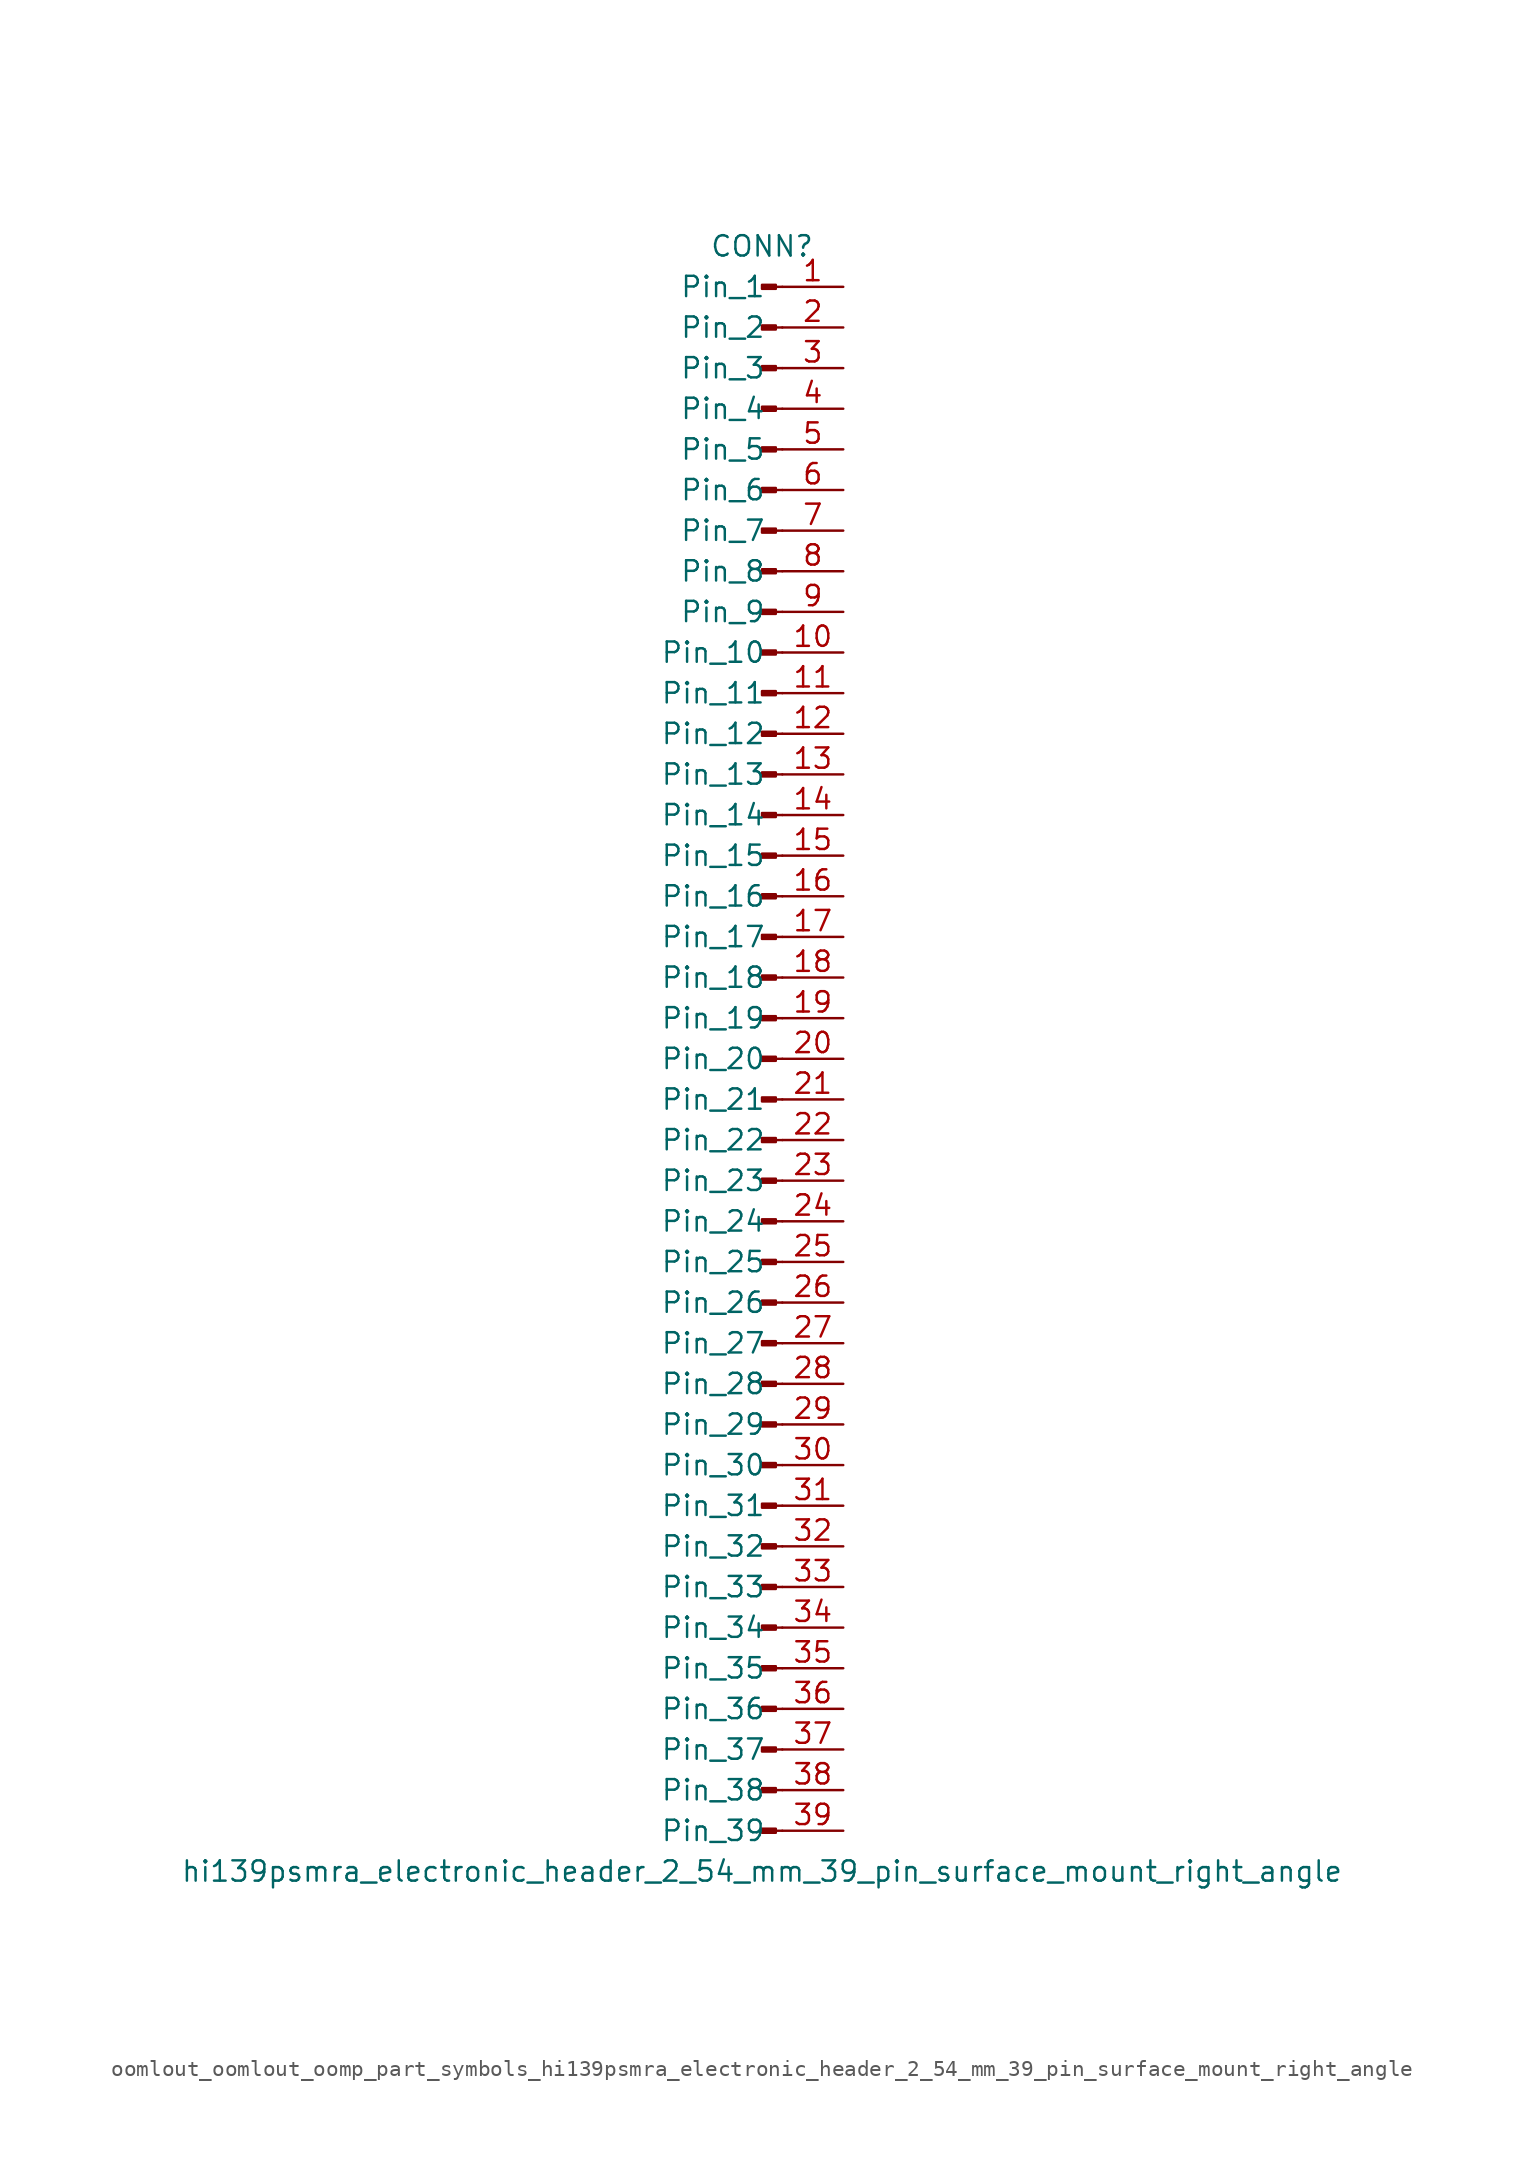
<source format=kicad_sym>
(kicad_symbol_lib
  (version 20220914)
  (generator kicad_symbol_editor)
  (symbol "oomlout_oomlout_oomp_part_symbols_hi139psmra_electronic_header_2_54_mm_39_pin_surface_mount_right_angle"
    (pin_names
      (offset 1.016))
    (property "Reference" "CONN"
      (at 0 50.8 0)
      (effects (font (size 1.27 1.27))))
    (property "Value" "hi139psmra_electronic_header_2_54_mm_39_pin_surface_mount_right_angle"
      (at 0 -50.8 0)
      (effects (font (size 1.27 1.27))))
    (property "ki_locked" ""
      (at 0 0 0)
      (effects (font (size 1.27 1.27))))
    (symbol "oomlout_oomlout_oomp_part_symbols_hi139psmra_electronic_header_2_54_mm_39_pin_surface_mount_right_angle_1_1"
      (polyline (pts (xy 1.27 -48.26) (xy 0.864 -48.26)) (stroke (width 0.152) (type default)) (fill (type none)))
      (polyline (pts (xy 1.27 -45.72) (xy 0.864 -45.72)) (stroke (width 0.152) (type default)) (fill (type none)))
      (polyline (pts (xy 1.27 -43.18) (xy 0.864 -43.18)) (stroke (width 0.152) (type default)) (fill (type none)))
      (polyline (pts (xy 1.27 -40.64) (xy 0.864 -40.64)) (stroke (width 0.152) (type default)) (fill (type none)))
      (polyline (pts (xy 1.27 -38.1) (xy 0.864 -38.1)) (stroke (width 0.152) (type default)) (fill (type none)))
      (polyline (pts (xy 1.27 -35.56) (xy 0.864 -35.56)) (stroke (width 0.152) (type default)) (fill (type none)))
      (polyline (pts (xy 1.27 -33.02) (xy 0.864 -33.02)) (stroke (width 0.152) (type default)) (fill (type none)))
      (polyline (pts (xy 1.27 -30.48) (xy 0.864 -30.48)) (stroke (width 0.152) (type default)) (fill (type none)))
      (polyline (pts (xy 1.27 -27.94) (xy 0.864 -27.94)) (stroke (width 0.152) (type default)) (fill (type none)))
      (polyline (pts (xy 1.27 -25.4) (xy 0.864 -25.4)) (stroke (width 0.152) (type default)) (fill (type none)))
      (polyline (pts (xy 1.27 -22.86) (xy 0.864 -22.86)) (stroke (width 0.152) (type default)) (fill (type none)))
      (polyline (pts (xy 1.27 -20.32) (xy 0.864 -20.32)) (stroke (width 0.152) (type default)) (fill (type none)))
      (polyline (pts (xy 1.27 -17.78) (xy 0.864 -17.78)) (stroke (width 0.152) (type default)) (fill (type none)))
      (polyline (pts (xy 1.27 -15.24) (xy 0.864 -15.24)) (stroke (width 0.152) (type default)) (fill (type none)))
      (polyline (pts (xy 1.27 -12.7) (xy 0.864 -12.7)) (stroke (width 0.152) (type default)) (fill (type none)))
      (polyline (pts (xy 1.27 -10.16) (xy 0.864 -10.16)) (stroke (width 0.152) (type default)) (fill (type none)))
      (polyline (pts (xy 1.27 -7.62) (xy 0.864 -7.62)) (stroke (width 0.152) (type default)) (fill (type none)))
      (polyline (pts (xy 1.27 -5.08) (xy 0.864 -5.08)) (stroke (width 0.152) (type default)) (fill (type none)))
      (polyline (pts (xy 1.27 -2.54) (xy 0.864 -2.54)) (stroke (width 0.152) (type default)) (fill (type none)))
      (polyline (pts (xy 1.27 0) (xy 0.864 0)) (stroke (width 0.152) (type default)) (fill (type none)))
      (polyline (pts (xy 1.27 2.54) (xy 0.864 2.54)) (stroke (width 0.152) (type default)) (fill (type none)))
      (polyline (pts (xy 1.27 5.08) (xy 0.864 5.08)) (stroke (width 0.152) (type default)) (fill (type none)))
      (polyline (pts (xy 1.27 7.62) (xy 0.864 7.62)) (stroke (width 0.152) (type default)) (fill (type none)))
      (polyline (pts (xy 1.27 10.16) (xy 0.864 10.16)) (stroke (width 0.152) (type default)) (fill (type none)))
      (polyline (pts (xy 1.27 12.7) (xy 0.864 12.7)) (stroke (width 0.152) (type default)) (fill (type none)))
      (polyline (pts (xy 1.27 15.24) (xy 0.864 15.24)) (stroke (width 0.152) (type default)) (fill (type none)))
      (polyline (pts (xy 1.27 17.78) (xy 0.864 17.78)) (stroke (width 0.152) (type default)) (fill (type none)))
      (polyline (pts (xy 1.27 20.32) (xy 0.864 20.32)) (stroke (width 0.152) (type default)) (fill (type none)))
      (polyline (pts (xy 1.27 22.86) (xy 0.864 22.86)) (stroke (width 0.152) (type default)) (fill (type none)))
      (polyline (pts (xy 1.27 25.4) (xy 0.864 25.4)) (stroke (width 0.152) (type default)) (fill (type none)))
      (polyline (pts (xy 1.27 27.94) (xy 0.864 27.94)) (stroke (width 0.152) (type default)) (fill (type none)))
      (polyline (pts (xy 1.27 30.48) (xy 0.864 30.48)) (stroke (width 0.152) (type default)) (fill (type none)))
      (polyline (pts (xy 1.27 33.02) (xy 0.864 33.02)) (stroke (width 0.152) (type default)) (fill (type none)))
      (polyline (pts (xy 1.27 35.56) (xy 0.864 35.56)) (stroke (width 0.152) (type default)) (fill (type none)))
      (polyline (pts (xy 1.27 38.1) (xy 0.864 38.1)) (stroke (width 0.152) (type default)) (fill (type none)))
      (polyline (pts (xy 1.27 40.64) (xy 0.864 40.64)) (stroke (width 0.152) (type default)) (fill (type none)))
      (polyline (pts (xy 1.27 43.18) (xy 0.864 43.18)) (stroke (width 0.152) (type default)) (fill (type none)))
      (polyline (pts (xy 1.27 45.72) (xy 0.864 45.72)) (stroke (width 0.152) (type default)) (fill (type none)))
      (polyline (pts (xy 1.27 48.26) (xy 0.864 48.26)) (stroke (width 0.152) (type default)) (fill (type none)))
      (rectangle (start 0.864 -48.133) (end 0 -48.387) (stroke (width 0.152) (type default)) (fill (type outline)))
      (rectangle (start 0.864 -45.593) (end 0 -45.847) (stroke (width 0.152) (type default)) (fill (type outline)))
      (rectangle (start 0.864 -43.053) (end 0 -43.307) (stroke (width 0.152) (type default)) (fill (type outline)))
      (rectangle (start 0.864 -40.513) (end 0 -40.767) (stroke (width 0.152) (type default)) (fill (type outline)))
      (rectangle (start 0.864 -37.973) (end 0 -38.227) (stroke (width 0.152) (type default)) (fill (type outline)))
      (rectangle (start 0.864 -35.433) (end 0 -35.687) (stroke (width 0.152) (type default)) (fill (type outline)))
      (rectangle (start 0.864 -32.893) (end 0 -33.147) (stroke (width 0.152) (type default)) (fill (type outline)))
      (rectangle (start 0.864 -30.353) (end 0 -30.607) (stroke (width 0.152) (type default)) (fill (type outline)))
      (rectangle (start 0.864 -27.813) (end 0 -28.067) (stroke (width 0.152) (type default)) (fill (type outline)))
      (rectangle (start 0.864 -25.273) (end 0 -25.527) (stroke (width 0.152) (type default)) (fill (type outline)))
      (rectangle (start 0.864 -22.733) (end 0 -22.987) (stroke (width 0.152) (type default)) (fill (type outline)))
      (rectangle (start 0.864 -20.193) (end 0 -20.447) (stroke (width 0.152) (type default)) (fill (type outline)))
      (rectangle (start 0.864 -17.653) (end 0 -17.907) (stroke (width 0.152) (type default)) (fill (type outline)))
      (rectangle (start 0.864 -15.113) (end 0 -15.367) (stroke (width 0.152) (type default)) (fill (type outline)))
      (rectangle (start 0.864 -12.573) (end 0 -12.827) (stroke (width 0.152) (type default)) (fill (type outline)))
      (rectangle (start 0.864 -10.033) (end 0 -10.287) (stroke (width 0.152) (type default)) (fill (type outline)))
      (rectangle (start 0.864 -7.493) (end 0 -7.747) (stroke (width 0.152) (type default)) (fill (type outline)))
      (rectangle (start 0.864 -4.953) (end 0 -5.207) (stroke (width 0.152) (type default)) (fill (type outline)))
      (rectangle (start 0.864 -2.413) (end 0 -2.667) (stroke (width 0.152) (type default)) (fill (type outline)))
      (rectangle (start 0.864 0.127) (end 0 -0.127) (stroke (width 0.152) (type default)) (fill (type outline)))
      (rectangle (start 0.864 2.667) (end 0 2.413) (stroke (width 0.152) (type default)) (fill (type outline)))
      (rectangle (start 0.864 5.207) (end 0 4.953) (stroke (width 0.152) (type default)) (fill (type outline)))
      (rectangle (start 0.864 7.747) (end 0 7.493) (stroke (width 0.152) (type default)) (fill (type outline)))
      (rectangle (start 0.864 10.287) (end 0 10.033) (stroke (width 0.152) (type default)) (fill (type outline)))
      (rectangle (start 0.864 12.827) (end 0 12.573) (stroke (width 0.152) (type default)) (fill (type outline)))
      (rectangle (start 0.864 15.367) (end 0 15.113) (stroke (width 0.152) (type default)) (fill (type outline)))
      (rectangle (start 0.864 17.907) (end 0 17.653) (stroke (width 0.152) (type default)) (fill (type outline)))
      (rectangle (start 0.864 20.447) (end 0 20.193) (stroke (width 0.152) (type default)) (fill (type outline)))
      (rectangle (start 0.864 22.987) (end 0 22.733) (stroke (width 0.152) (type default)) (fill (type outline)))
      (rectangle (start 0.864 25.527) (end 0 25.273) (stroke (width 0.152) (type default)) (fill (type outline)))
      (rectangle (start 0.864 28.067) (end 0 27.813) (stroke (width 0.152) (type default)) (fill (type outline)))
      (rectangle (start 0.864 30.607) (end 0 30.353) (stroke (width 0.152) (type default)) (fill (type outline)))
      (rectangle (start 0.864 33.147) (end 0 32.893) (stroke (width 0.152) (type default)) (fill (type outline)))
      (rectangle (start 0.864 35.687) (end 0 35.433) (stroke (width 0.152) (type default)) (fill (type outline)))
      (rectangle (start 0.864 38.227) (end 0 37.973) (stroke (width 0.152) (type default)) (fill (type outline)))
      (rectangle (start 0.864 40.767) (end 0 40.513) (stroke (width 0.152) (type default)) (fill (type outline)))
      (rectangle (start 0.864 43.307) (end 0 43.053) (stroke (width 0.152) (type default)) (fill (type outline)))
      (rectangle (start 0.864 45.847) (end 0 45.593) (stroke (width 0.152) (type default)) (fill (type outline)))
      (rectangle (start 0.864 48.387) (end 0 48.133) (stroke (width 0.152) (type default)) (fill (type outline)))
      (pin passive line (at 5.08 48.26 180) (length 3.81) (name "Pin_1" (effects (font (size 1.27 1.27)))) (number "1" (effects (font (size 1.27 1.27)))))
      (pin passive line (at 5.08 25.4 180) (length 3.81) (name "Pin_10" (effects (font (size 1.27 1.27)))) (number "10" (effects (font (size 1.27 1.27)))))
      (pin passive line (at 5.08 22.86 180) (length 3.81) (name "Pin_11" (effects (font (size 1.27 1.27)))) (number "11" (effects (font (size 1.27 1.27)))))
      (pin passive line (at 5.08 20.32 180) (length 3.81) (name "Pin_12" (effects (font (size 1.27 1.27)))) (number "12" (effects (font (size 1.27 1.27)))))
      (pin passive line (at 5.08 17.78 180) (length 3.81) (name "Pin_13" (effects (font (size 1.27 1.27)))) (number "13" (effects (font (size 1.27 1.27)))))
      (pin passive line (at 5.08 15.24 180) (length 3.81) (name "Pin_14" (effects (font (size 1.27 1.27)))) (number "14" (effects (font (size 1.27 1.27)))))
      (pin passive line (at 5.08 12.7 180) (length 3.81) (name "Pin_15" (effects (font (size 1.27 1.27)))) (number "15" (effects (font (size 1.27 1.27)))))
      (pin passive line (at 5.08 10.16 180) (length 3.81) (name "Pin_16" (effects (font (size 1.27 1.27)))) (number "16" (effects (font (size 1.27 1.27)))))
      (pin passive line (at 5.08 7.62 180) (length 3.81) (name "Pin_17" (effects (font (size 1.27 1.27)))) (number "17" (effects (font (size 1.27 1.27)))))
      (pin passive line (at 5.08 5.08 180) (length 3.81) (name "Pin_18" (effects (font (size 1.27 1.27)))) (number "18" (effects (font (size 1.27 1.27)))))
      (pin passive line (at 5.08 2.54 180) (length 3.81) (name "Pin_19" (effects (font (size 1.27 1.27)))) (number "19" (effects (font (size 1.27 1.27)))))
      (pin passive line (at 5.08 45.72 180) (length 3.81) (name "Pin_2" (effects (font (size 1.27 1.27)))) (number "2" (effects (font (size 1.27 1.27)))))
      (pin passive line (at 5.08 0 180) (length 3.81) (name "Pin_20" (effects (font (size 1.27 1.27)))) (number "20" (effects (font (size 1.27 1.27)))))
      (pin passive line (at 5.08 -2.54 180) (length 3.81) (name "Pin_21" (effects (font (size 1.27 1.27)))) (number "21" (effects (font (size 1.27 1.27)))))
      (pin passive line (at 5.08 -5.08 180) (length 3.81) (name "Pin_22" (effects (font (size 1.27 1.27)))) (number "22" (effects (font (size 1.27 1.27)))))
      (pin passive line (at 5.08 -7.62 180) (length 3.81) (name "Pin_23" (effects (font (size 1.27 1.27)))) (number "23" (effects (font (size 1.27 1.27)))))
      (pin passive line (at 5.08 -10.16 180) (length 3.81) (name "Pin_24" (effects (font (size 1.27 1.27)))) (number "24" (effects (font (size 1.27 1.27)))))
      (pin passive line (at 5.08 -12.7 180) (length 3.81) (name "Pin_25" (effects (font (size 1.27 1.27)))) (number "25" (effects (font (size 1.27 1.27)))))
      (pin passive line (at 5.08 -15.24 180) (length 3.81) (name "Pin_26" (effects (font (size 1.27 1.27)))) (number "26" (effects (font (size 1.27 1.27)))))
      (pin passive line (at 5.08 -17.78 180) (length 3.81) (name "Pin_27" (effects (font (size 1.27 1.27)))) (number "27" (effects (font (size 1.27 1.27)))))
      (pin passive line (at 5.08 -20.32 180) (length 3.81) (name "Pin_28" (effects (font (size 1.27 1.27)))) (number "28" (effects (font (size 1.27 1.27)))))
      (pin passive line (at 5.08 -22.86 180) (length 3.81) (name "Pin_29" (effects (font (size 1.27 1.27)))) (number "29" (effects (font (size 1.27 1.27)))))
      (pin passive line (at 5.08 43.18 180) (length 3.81) (name "Pin_3" (effects (font (size 1.27 1.27)))) (number "3" (effects (font (size 1.27 1.27)))))
      (pin passive line (at 5.08 -25.4 180) (length 3.81) (name "Pin_30" (effects (font (size 1.27 1.27)))) (number "30" (effects (font (size 1.27 1.27)))))
      (pin passive line (at 5.08 -27.94 180) (length 3.81) (name "Pin_31" (effects (font (size 1.27 1.27)))) (number "31" (effects (font (size 1.27 1.27)))))
      (pin passive line (at 5.08 -30.48 180) (length 3.81) (name "Pin_32" (effects (font (size 1.27 1.27)))) (number "32" (effects (font (size 1.27 1.27)))))
      (pin passive line (at 5.08 -33.02 180) (length 3.81) (name "Pin_33" (effects (font (size 1.27 1.27)))) (number "33" (effects (font (size 1.27 1.27)))))
      (pin passive line (at 5.08 -35.56 180) (length 3.81) (name "Pin_34" (effects (font (size 1.27 1.27)))) (number "34" (effects (font (size 1.27 1.27)))))
      (pin passive line (at 5.08 -38.1 180) (length 3.81) (name "Pin_35" (effects (font (size 1.27 1.27)))) (number "35" (effects (font (size 1.27 1.27)))))
      (pin passive line (at 5.08 -40.64 180) (length 3.81) (name "Pin_36" (effects (font (size 1.27 1.27)))) (number "36" (effects (font (size 1.27 1.27)))))
      (pin passive line (at 5.08 -43.18 180) (length 3.81) (name "Pin_37" (effects (font (size 1.27 1.27)))) (number "37" (effects (font (size 1.27 1.27)))))
      (pin passive line (at 5.08 -45.72 180) (length 3.81) (name "Pin_38" (effects (font (size 1.27 1.27)))) (number "38" (effects (font (size 1.27 1.27)))))
      (pin passive line (at 5.08 -48.26 180) (length 3.81) (name "Pin_39" (effects (font (size 1.27 1.27)))) (number "39" (effects (font (size 1.27 1.27)))))
      (pin passive line (at 5.08 40.64 180) (length 3.81) (name "Pin_4" (effects (font (size 1.27 1.27)))) (number "4" (effects (font (size 1.27 1.27)))))
      (pin passive line (at 5.08 38.1 180) (length 3.81) (name "Pin_5" (effects (font (size 1.27 1.27)))) (number "5" (effects (font (size 1.27 1.27)))))
      (pin passive line (at 5.08 35.56 180) (length 3.81) (name "Pin_6" (effects (font (size 1.27 1.27)))) (number "6" (effects (font (size 1.27 1.27)))))
      (pin passive line (at 5.08 33.02 180) (length 3.81) (name "Pin_7" (effects (font (size 1.27 1.27)))) (number "7" (effects (font (size 1.27 1.27)))))
      (pin passive line (at 5.08 30.48 180) (length 3.81) (name "Pin_8" (effects (font (size 1.27 1.27)))) (number "8" (effects (font (size 1.27 1.27)))))
      (pin passive line (at 5.08 27.94 180) (length 3.81) (name "Pin_9" (effects (font (size 1.27 1.27)))) (number "9" (effects (font (size 1.27 1.27))))))))
</source>
